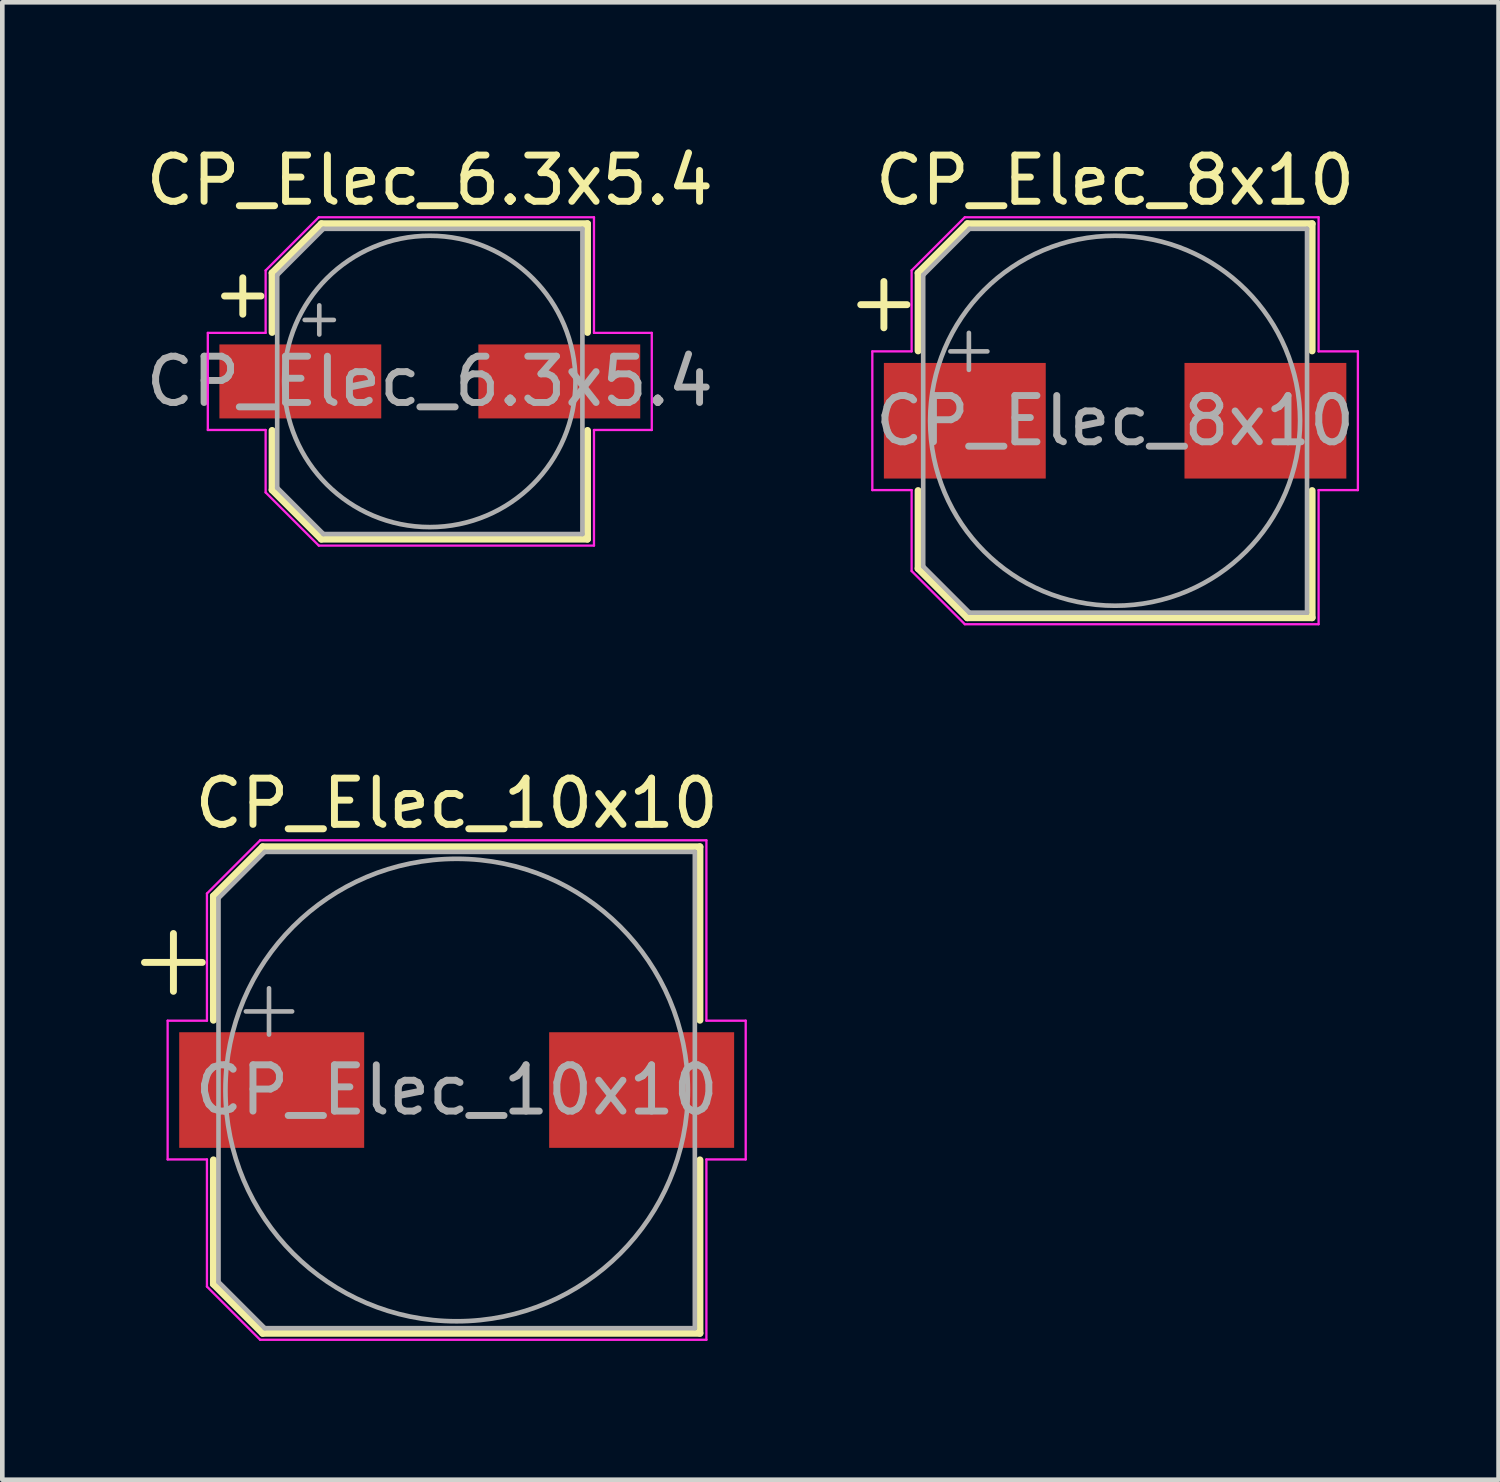
<source format=kicad_pcb>
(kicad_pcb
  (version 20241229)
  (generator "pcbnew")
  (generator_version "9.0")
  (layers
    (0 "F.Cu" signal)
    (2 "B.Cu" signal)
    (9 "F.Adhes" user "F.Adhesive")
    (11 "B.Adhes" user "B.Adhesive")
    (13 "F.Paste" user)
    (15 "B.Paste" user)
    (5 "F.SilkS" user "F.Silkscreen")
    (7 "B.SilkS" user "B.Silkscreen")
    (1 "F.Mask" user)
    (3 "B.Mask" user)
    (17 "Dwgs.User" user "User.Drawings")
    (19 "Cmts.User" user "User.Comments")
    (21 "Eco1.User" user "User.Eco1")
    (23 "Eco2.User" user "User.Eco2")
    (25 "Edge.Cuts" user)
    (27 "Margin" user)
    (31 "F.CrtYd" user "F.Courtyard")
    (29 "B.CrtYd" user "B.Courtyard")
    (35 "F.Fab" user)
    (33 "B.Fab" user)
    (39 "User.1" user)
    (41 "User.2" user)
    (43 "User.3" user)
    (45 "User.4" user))
  (footprint "CP_Elec_6.3x5.4"
    (layer "F.Cu")
    (at 6.244 5.198)
    (property "Reference" "CP_Elec_6.3x5.4" (at 0 -4.35 0) (layer "F.SilkS") (effects (font (size 1 1) (thickness 0.15))))
    (attr smd)
    (fp_line (start -4.438 -1.847) (end -3.65 -1.847) (stroke (width 0.15) (type solid)) (layer "F.SilkS"))
    (fp_line (start -4.044 -2.241) (end -4.044 -1.454) (stroke (width 0.15) (type solid)) (layer "F.SilkS"))
    (fp_line (start -3.41 -2.346) (end -3.41 -1.06) (stroke (width 0.15) (type solid)) (layer "F.SilkS"))
    (fp_line (start -3.41 -2.346) (end -2.346 -3.41) (stroke (width 0.15) (type solid)) (layer "F.SilkS"))
    (fp_line (start -3.41 2.346) (end -3.41 1.06) (stroke (width 0.15) (type solid)) (layer "F.SilkS"))
    (fp_line (start -3.41 2.346) (end -2.346 3.41) (stroke (width 0.15) (type solid)) (layer "F.SilkS"))
    (fp_line (start -2.346 -3.41) (end 3.41 -3.41) (stroke (width 0.15) (type solid)) (layer "F.SilkS"))
    (fp_line (start -2.346 3.41) (end 3.41 3.41) (stroke (width 0.15) (type solid)) (layer "F.SilkS"))
    (fp_line (start 3.41 -3.41) (end 3.41 -1.06) (stroke (width 0.15) (type solid)) (layer "F.SilkS"))
    (fp_line (start 3.41 3.41) (end 3.41 1.06) (stroke (width 0.15) (type solid)) (layer "F.SilkS"))
    (fp_line (start -4.8 -1.05) (end -4.8 1.05) (stroke (width 0.05) (type solid)) (layer "F.CrtYd"))
    (fp_line (start -4.8 1.05) (end -3.55 1.05) (stroke (width 0.05) (type solid)) (layer "F.CrtYd"))
    (fp_line (start -3.55 -2.4) (end -3.55 -1.05) (stroke (width 0.05) (type solid)) (layer "F.CrtYd"))
    (fp_line (start -3.55 -2.4) (end -2.4 -3.55) (stroke (width 0.05) (type solid)) (layer "F.CrtYd"))
    (fp_line (start -3.55 -1.05) (end -4.8 -1.05) (stroke (width 0.05) (type solid)) (layer "F.CrtYd"))
    (fp_line (start -3.55 1.05) (end -3.55 2.4) (stroke (width 0.05) (type solid)) (layer "F.CrtYd"))
    (fp_line (start -3.55 2.4) (end -2.4 3.55) (stroke (width 0.05) (type solid)) (layer "F.CrtYd"))
    (fp_line (start -2.4 -3.55) (end 3.55 -3.55) (stroke (width 0.05) (type solid)) (layer "F.CrtYd"))
    (fp_line (start -2.4 3.55) (end 3.55 3.55) (stroke (width 0.05) (type solid)) (layer "F.CrtYd"))
    (fp_line (start 3.55 -3.55) (end 3.55 -1.05) (stroke (width 0.05) (type solid)) (layer "F.CrtYd"))
    (fp_line (start 3.55 -1.05) (end 4.8 -1.05) (stroke (width 0.05) (type solid)) (layer "F.CrtYd"))
    (fp_line (start 3.55 1.05) (end 3.55 3.55) (stroke (width 0.05) (type solid)) (layer "F.CrtYd"))
    (fp_line (start 4.8 -1.05) (end 4.8 1.05) (stroke (width 0.05) (type solid)) (layer "F.CrtYd"))
    (fp_line (start 4.8 1.05) (end 3.55 1.05) (stroke (width 0.05) (type solid)) (layer "F.CrtYd"))
    (fp_line (start -3.3 -2.3) (end -3.3 2.3) (stroke (width 0.1) (type solid)) (layer "F.Fab"))
    (fp_line (start -3.3 -2.3) (end -2.3 -3.3) (stroke (width 0.1) (type solid)) (layer "F.Fab"))
    (fp_line (start -3.3 2.3) (end -2.3 3.3) (stroke (width 0.1) (type solid)) (layer "F.Fab"))
    (fp_line (start -2.705 -1.33) (end -2.075 -1.33) (stroke (width 0.1) (type solid)) (layer "F.Fab"))
    (fp_line (start -2.39 -1.645) (end -2.39 -1.015) (stroke (width 0.1) (type solid)) (layer "F.Fab"))
    (fp_line (start -2.3 -3.3) (end 3.3 -3.3) (stroke (width 0.1) (type solid)) (layer "F.Fab"))
    (fp_line (start -2.3 3.3) (end 3.3 3.3) (stroke (width 0.1) (type solid)) (layer "F.Fab"))
    (fp_line (start 3.3 -3.3) (end 3.3 3.3) (stroke (width 0.1) (type solid)) (layer "F.Fab"))
    (fp_circle (center 0 0) (end 3.15 0) (stroke (width 0.1) (type solid)) (fill no) (layer "F.Fab"))
    (fp_text user "${REFERENCE}" (at 0 0 0) (layer "F.Fab") (effects (font (size 1 1) (thickness 0.15))))
    (pad "1" smd rect (at -2.8 0) (size 3.5 1.6) (layers "F.Cu" "F.Mask" "F.Paste"))
    (pad "2" smd rect (at 2.8 0) (size 3.5 1.6) (layers "F.Cu" "F.Mask" "F.Paste")))
  (footprint "CP_Elec_10x10"
    (layer "F.Cu")
    (at 6.825 20.521)
    (property "Reference" "CP_Elec_10x10" (at 0 -6.2 0) (layer "F.SilkS") (effects (font (size 1 1) (thickness 0.15))))
    (attr smd)
    (fp_line (start -6.75 -2.76) (end -5.5 -2.76) (stroke (width 0.15) (type solid)) (layer "F.SilkS"))
    (fp_line (start -6.125 -3.385) (end -6.125 -2.135) (stroke (width 0.15) (type solid)) (layer "F.SilkS"))
    (fp_line (start -5.26 -4.196) (end -5.26 -1.51) (stroke (width 0.15) (type solid)) (layer "F.SilkS"))
    (fp_line (start -5.26 -4.196) (end -4.196 -5.26) (stroke (width 0.15) (type solid)) (layer "F.SilkS"))
    (fp_line (start -5.26 4.196) (end -5.26 1.51) (stroke (width 0.15) (type solid)) (layer "F.SilkS"))
    (fp_line (start -5.26 4.196) (end -4.196 5.26) (stroke (width 0.15) (type solid)) (layer "F.SilkS"))
    (fp_line (start -4.196 -5.26) (end 5.26 -5.26) (stroke (width 0.15) (type solid)) (layer "F.SilkS"))
    (fp_line (start -4.196 5.26) (end 5.26 5.26) (stroke (width 0.15) (type solid)) (layer "F.SilkS"))
    (fp_line (start 5.26 -5.26) (end 5.26 -1.51) (stroke (width 0.15) (type solid)) (layer "F.SilkS"))
    (fp_line (start 5.26 5.26) (end 5.26 1.51) (stroke (width 0.15) (type solid)) (layer "F.SilkS"))
    (fp_line (start -6.25 -1.5) (end -6.25 1.5) (stroke (width 0.05) (type solid)) (layer "F.CrtYd"))
    (fp_line (start -6.25 1.5) (end -5.4 1.5) (stroke (width 0.05) (type solid)) (layer "F.CrtYd"))
    (fp_line (start -5.4 -4.25) (end -5.4 -1.5) (stroke (width 0.05) (type solid)) (layer "F.CrtYd"))
    (fp_line (start -5.4 -4.25) (end -4.25 -5.4) (stroke (width 0.05) (type solid)) (layer "F.CrtYd"))
    (fp_line (start -5.4 -1.5) (end -6.25 -1.5) (stroke (width 0.05) (type solid)) (layer "F.CrtYd"))
    (fp_line (start -5.4 1.5) (end -5.4 4.25) (stroke (width 0.05) (type solid)) (layer "F.CrtYd"))
    (fp_line (start -5.4 4.25) (end -4.25 5.4) (stroke (width 0.05) (type solid)) (layer "F.CrtYd"))
    (fp_line (start -4.25 -5.4) (end 5.4 -5.4) (stroke (width 0.05) (type solid)) (layer "F.CrtYd"))
    (fp_line (start -4.25 5.4) (end 5.4 5.4) (stroke (width 0.05) (type solid)) (layer "F.CrtYd"))
    (fp_line (start 5.4 -5.4) (end 5.4 -1.5) (stroke (width 0.05) (type solid)) (layer "F.CrtYd"))
    (fp_line (start 5.4 -1.5) (end 6.25 -1.5) (stroke (width 0.05) (type solid)) (layer "F.CrtYd"))
    (fp_line (start 5.4 1.5) (end 5.4 5.4) (stroke (width 0.05) (type solid)) (layer "F.CrtYd"))
    (fp_line (start 6.25 -1.5) (end 6.25 1.5) (stroke (width 0.05) (type solid)) (layer "F.CrtYd"))
    (fp_line (start 6.25 1.5) (end 5.4 1.5) (stroke (width 0.05) (type solid)) (layer "F.CrtYd"))
    (fp_line (start -5.15 -4.15) (end -5.15 4.15) (stroke (width 0.1) (type solid)) (layer "F.Fab"))
    (fp_line (start -5.15 -4.15) (end -4.15 -5.15) (stroke (width 0.1) (type solid)) (layer "F.Fab"))
    (fp_line (start -5.15 4.15) (end -4.15 5.15) (stroke (width 0.1) (type solid)) (layer "F.Fab"))
    (fp_line (start -4.558 -1.7) (end -3.558 -1.7) (stroke (width 0.1) (type solid)) (layer "F.Fab"))
    (fp_line (start -4.15 -5.15) (end 5.15 -5.15) (stroke (width 0.1) (type solid)) (layer "F.Fab"))
    (fp_line (start -4.15 5.15) (end 5.15 5.15) (stroke (width 0.1) (type solid)) (layer "F.Fab"))
    (fp_line (start -4.058 -2.2) (end -4.058 -1.2) (stroke (width 0.1) (type solid)) (layer "F.Fab"))
    (fp_line (start 5.15 -5.15) (end 5.15 5.15) (stroke (width 0.1) (type solid)) (layer "F.Fab"))
    (fp_circle (center 0 0) (end 5 0) (stroke (width 0.1) (type solid)) (fill no) (layer "F.Fab"))
    (fp_text user "${REFERENCE}" (at 0 0 0) (layer "F.Fab") (effects (font (size 1 1) (thickness 0.15))))
    (pad "1" smd rect (at -4 0) (size 4 2.5) (layers "F.Cu" "F.Mask" "F.Paste"))
    (pad "2" smd rect (at 4 0) (size 4 2.5) (layers "F.Cu" "F.Mask" "F.Paste")))
  (footprint "CP_Elec_8x10"
    (layer "F.Cu")
    (at 21.063 6.048)
    (property "Reference" "CP_Elec_8x10" (at 0 -5.2 0) (layer "F.SilkS") (effects (font (size 1 1) (thickness 0.15))))
    (attr smd)
    (fp_line (start -5.5 -2.51) (end -4.5 -2.51) (stroke (width 0.15) (type solid)) (layer "F.SilkS"))
    (fp_line (start -5 -3.01) (end -5 -2.01) (stroke (width 0.15) (type solid)) (layer "F.SilkS"))
    (fp_line (start -4.26 -3.196) (end -4.26 -1.51) (stroke (width 0.15) (type solid)) (layer "F.SilkS"))
    (fp_line (start -4.26 -3.196) (end -3.196 -4.26) (stroke (width 0.15) (type solid)) (layer "F.SilkS"))
    (fp_line (start -4.26 3.196) (end -4.26 1.51) (stroke (width 0.15) (type solid)) (layer "F.SilkS"))
    (fp_line (start -4.26 3.196) (end -3.196 4.26) (stroke (width 0.15) (type solid)) (layer "F.SilkS"))
    (fp_line (start -3.196 -4.26) (end 4.26 -4.26) (stroke (width 0.15) (type solid)) (layer "F.SilkS"))
    (fp_line (start -3.196 4.26) (end 4.26 4.26) (stroke (width 0.15) (type solid)) (layer "F.SilkS"))
    (fp_line (start 4.26 -4.26) (end 4.26 -1.51) (stroke (width 0.15) (type solid)) (layer "F.SilkS"))
    (fp_line (start 4.26 4.26) (end 4.26 1.51) (stroke (width 0.15) (type solid)) (layer "F.SilkS"))
    (fp_line (start -5.25 -1.5) (end -5.25 1.5) (stroke (width 0.05) (type solid)) (layer "F.CrtYd"))
    (fp_line (start -5.25 1.5) (end -4.4 1.5) (stroke (width 0.05) (type solid)) (layer "F.CrtYd"))
    (fp_line (start -4.4 -3.25) (end -4.4 -1.5) (stroke (width 0.05) (type solid)) (layer "F.CrtYd"))
    (fp_line (start -4.4 -3.25) (end -3.25 -4.4) (stroke (width 0.05) (type solid)) (layer "F.CrtYd"))
    (fp_line (start -4.4 -1.5) (end -5.25 -1.5) (stroke (width 0.05) (type solid)) (layer "F.CrtYd"))
    (fp_line (start -4.4 1.5) (end -4.4 3.25) (stroke (width 0.05) (type solid)) (layer "F.CrtYd"))
    (fp_line (start -4.4 3.25) (end -3.25 4.4) (stroke (width 0.05) (type solid)) (layer "F.CrtYd"))
    (fp_line (start -3.25 -4.4) (end 4.4 -4.4) (stroke (width 0.05) (type solid)) (layer "F.CrtYd"))
    (fp_line (start -3.25 4.4) (end 4.4 4.4) (stroke (width 0.05) (type solid)) (layer "F.CrtYd"))
    (fp_line (start 4.4 -4.4) (end 4.4 -1.5) (stroke (width 0.05) (type solid)) (layer "F.CrtYd"))
    (fp_line (start 4.4 -1.5) (end 5.25 -1.5) (stroke (width 0.05) (type solid)) (layer "F.CrtYd"))
    (fp_line (start 4.4 1.5) (end 4.4 4.4) (stroke (width 0.05) (type solid)) (layer "F.CrtYd"))
    (fp_line (start 5.25 -1.5) (end 5.25 1.5) (stroke (width 0.05) (type solid)) (layer "F.CrtYd"))
    (fp_line (start 5.25 1.5) (end 4.4 1.5) (stroke (width 0.05) (type solid)) (layer "F.CrtYd"))
    (fp_line (start -4.15 -3.15) (end -4.15 3.15) (stroke (width 0.1) (type solid)) (layer "F.Fab"))
    (fp_line (start -4.15 -3.15) (end -3.15 -4.15) (stroke (width 0.1) (type solid)) (layer "F.Fab"))
    (fp_line (start -4.15 3.15) (end -3.15 4.15) (stroke (width 0.1) (type solid)) (layer "F.Fab"))
    (fp_line (start -3.562 -1.5) (end -2.762 -1.5) (stroke (width 0.1) (type solid)) (layer "F.Fab"))
    (fp_line (start -3.162 -1.9) (end -3.162 -1.1) (stroke (width 0.1) (type solid)) (layer "F.Fab"))
    (fp_line (start -3.15 -4.15) (end 4.15 -4.15) (stroke (width 0.1) (type solid)) (layer "F.Fab"))
    (fp_line (start -3.15 4.15) (end 4.15 4.15) (stroke (width 0.1) (type solid)) (layer "F.Fab"))
    (fp_line (start 4.15 -4.15) (end 4.15 4.15) (stroke (width 0.1) (type solid)) (layer "F.Fab"))
    (fp_circle (center 0 0) (end 4 0) (stroke (width 0.1) (type solid)) (fill no) (layer "F.Fab"))
    (fp_text user "${REFERENCE}" (at 0 0 0) (layer "F.Fab") (effects (font (size 1 1) (thickness 0.15))))
    (pad "1" smd rect (at -3.25 0) (size 3.5 2.5) (layers "F.Cu" "F.Mask" "F.Paste"))
    (pad "2" smd rect (at 3.25 0) (size 3.5 2.5) (layers "F.Cu" "F.Mask" "F.Paste")))
  (gr_rect
    (start -3 -3)
    (end 29.355 28.947)
    (stroke (width 0.1) (type default))
    (fill no)
    (layer "Edge.Cuts")))
</source>
